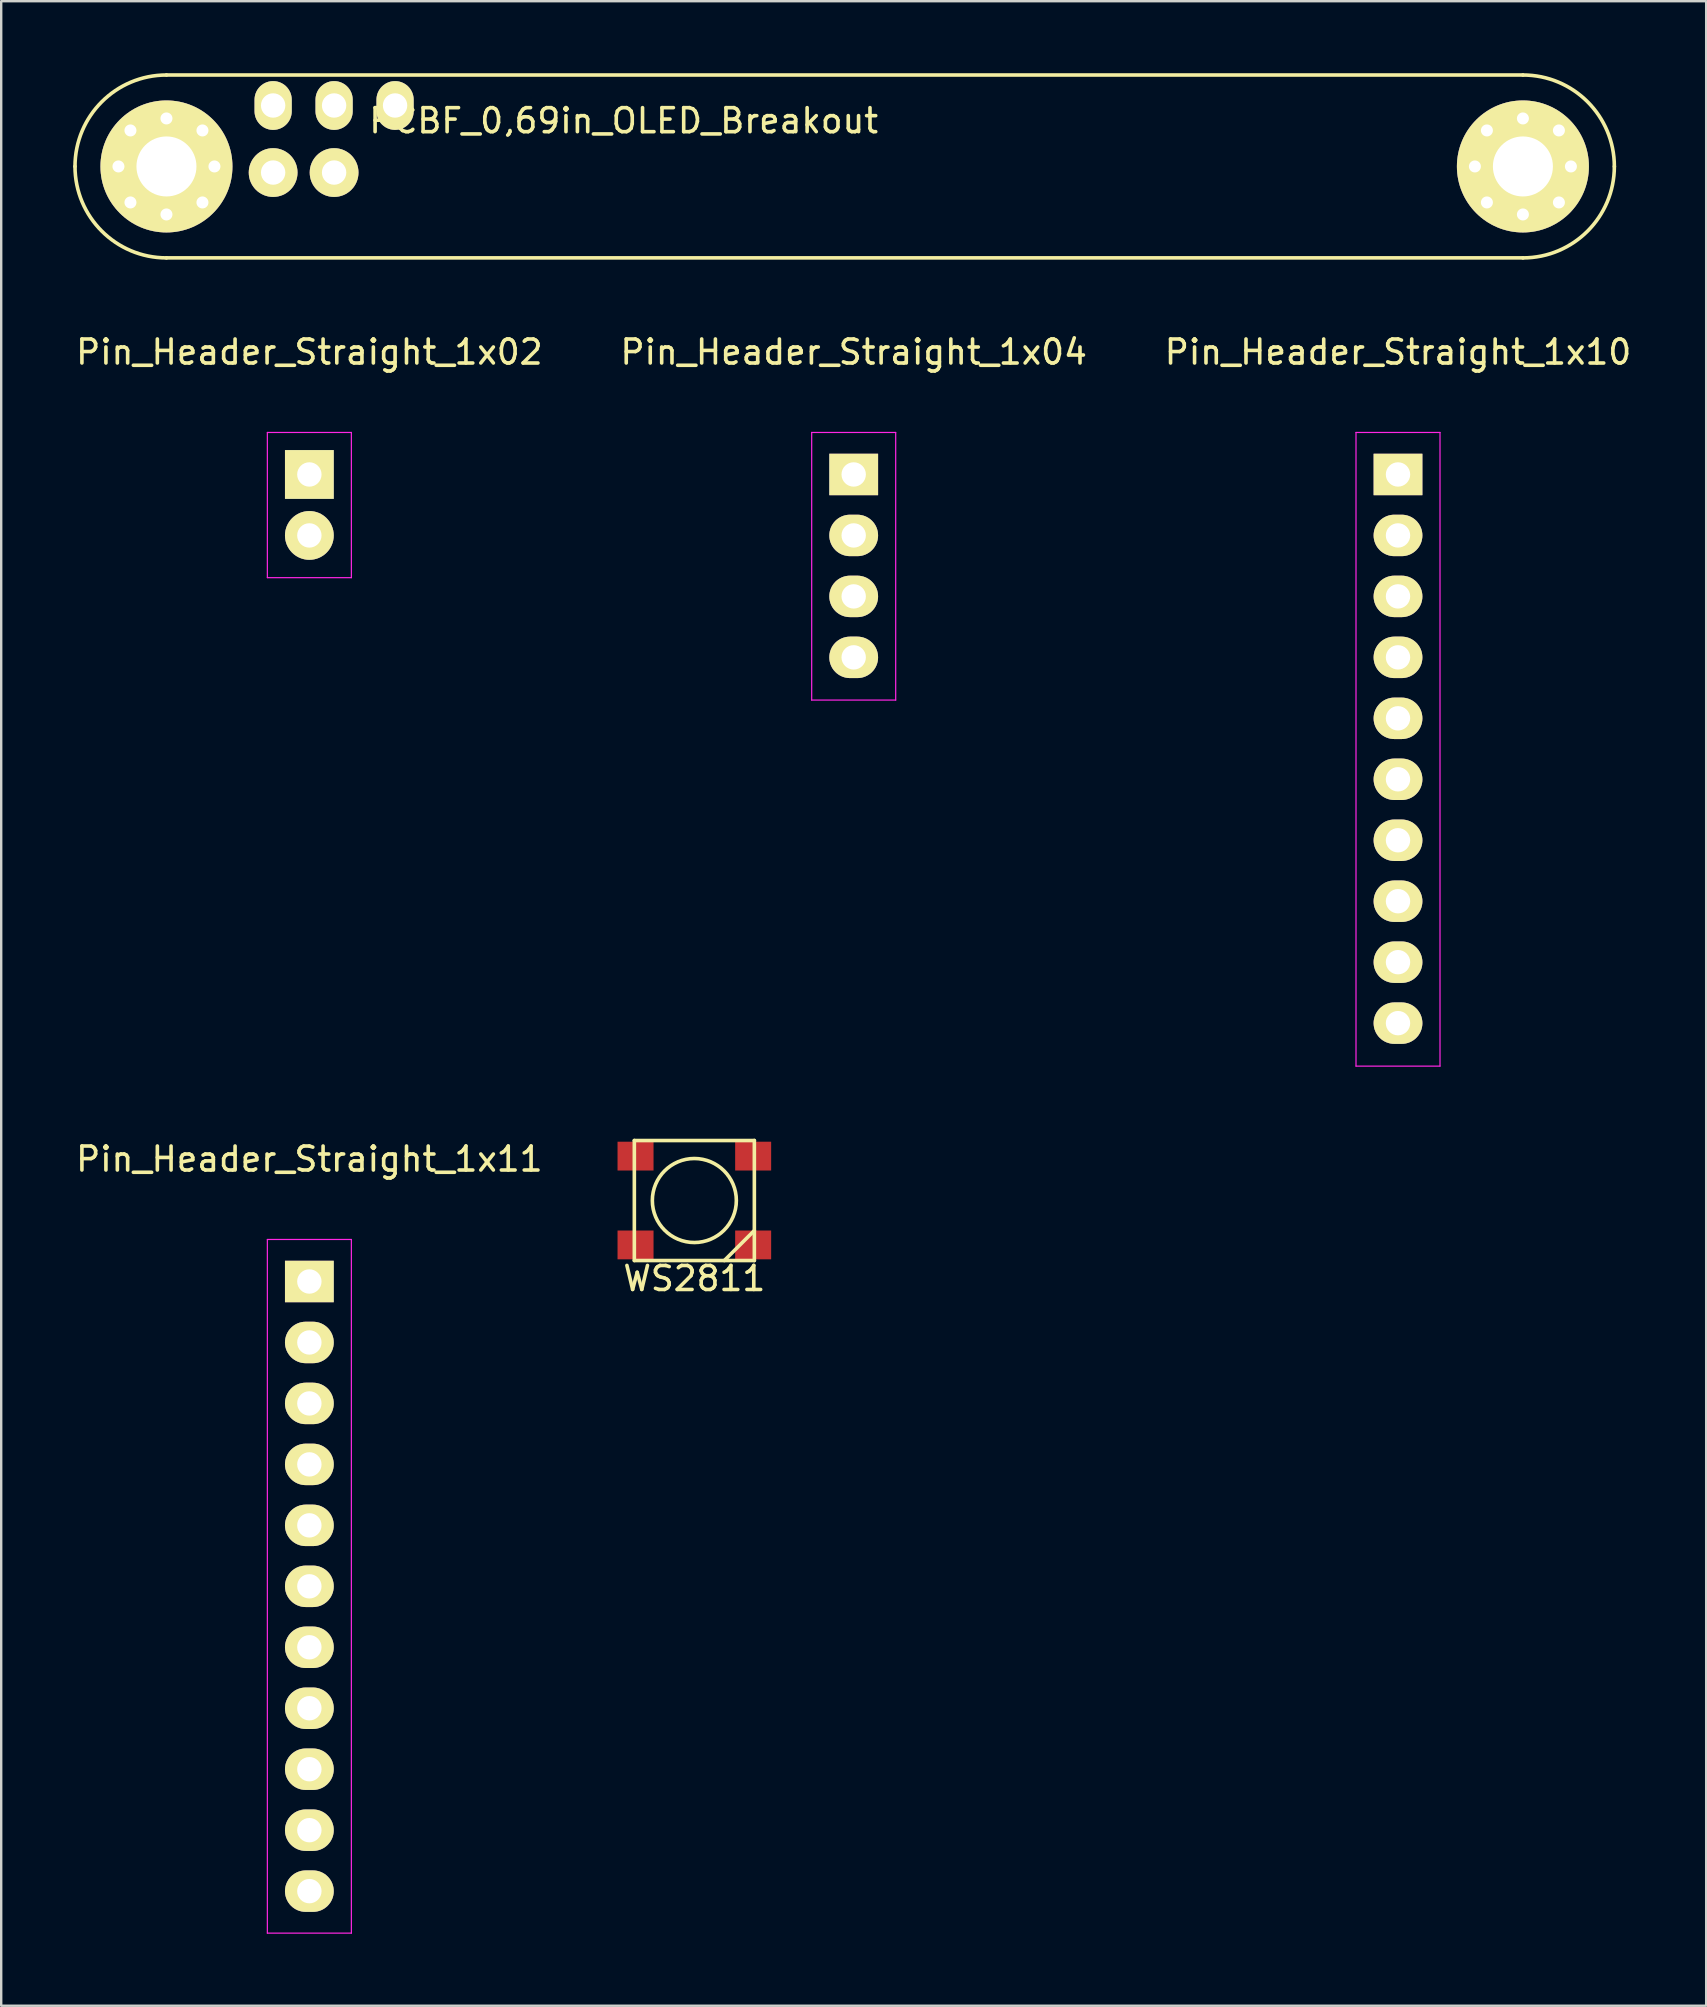
<source format=kicad_pcb>
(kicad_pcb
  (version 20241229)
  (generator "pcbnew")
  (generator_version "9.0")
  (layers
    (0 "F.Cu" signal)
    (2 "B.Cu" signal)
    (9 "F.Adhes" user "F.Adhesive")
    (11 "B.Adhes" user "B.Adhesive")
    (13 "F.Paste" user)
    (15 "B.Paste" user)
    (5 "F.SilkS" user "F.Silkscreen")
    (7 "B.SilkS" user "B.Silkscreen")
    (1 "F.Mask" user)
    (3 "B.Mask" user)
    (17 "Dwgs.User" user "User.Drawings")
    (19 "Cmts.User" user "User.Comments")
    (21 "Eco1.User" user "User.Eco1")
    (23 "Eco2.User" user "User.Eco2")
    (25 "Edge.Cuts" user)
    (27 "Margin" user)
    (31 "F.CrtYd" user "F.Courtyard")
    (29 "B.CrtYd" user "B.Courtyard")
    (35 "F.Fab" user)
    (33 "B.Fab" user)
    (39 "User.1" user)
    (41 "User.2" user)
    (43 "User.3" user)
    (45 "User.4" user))
  (footprint "PCBF_0,69in_OLED_Breakout"
    (layer "F.Cu")
    (at 3.885 3.885)
    (property "Reference" "PCBF_0,69in_OLED_Breakout" (at 19.05 -1.905 0) (layer "F.SilkS") (effects (font (size 1 1) (thickness 0.15))))
    (attr through_hole)
    (fp_line (start 0 3.81) (end 56.515 3.81) (stroke (width 0.15) (type solid)) (layer "F.SilkS"))
    (fp_line (start 56.515 -3.81) (end 0 -3.81) (stroke (width 0.15) (type solid)) (layer "F.SilkS"))
    (fp_arc (start -3.81 0) (mid -2.694077 -2.694077) (end 0 -3.81) (stroke (width 0.15) (type solid)) (layer "F.SilkS"))
    (fp_arc (start 0 3.81) (mid -2.694077 2.694077) (end -3.81 0) (stroke (width 0.15) (type solid)) (layer "F.SilkS"))
    (fp_arc (start 56.515 -3.81) (mid 59.209077 -2.694077) (end 60.325 0) (stroke (width 0.15) (type solid)) (layer "F.SilkS"))
    (fp_arc (start 60.325 0) (mid 59.209077 2.694077) (end 56.515 3.81) (stroke (width 0.15) (type solid)) (layer "F.SilkS"))
    (pad "1" thru_hole circle (at -2 0) (size 1 1) (drill 0.5) (layers "*.Cu" "*.Mask" "F.SilkS"))
    (pad "1" thru_hole circle (at -1.5 -1.5) (size 1 1) (drill 0.5) (layers "*.Cu" "*.Mask" "F.SilkS"))
    (pad "1" thru_hole circle (at -1.5 1.5) (size 1 1) (drill 0.5) (layers "*.Cu" "*.Mask" "F.SilkS"))
    (pad "1" thru_hole circle (at 0 -2) (size 1 1) (drill 0.5) (layers "*.Cu" "*.Mask" "F.SilkS"))
    (pad "1" thru_hole circle (at 0 0) (size 5.5 5.5) (drill 2.5) (layers "*.Cu" "*.Mask" "F.SilkS"))
    (pad "1" thru_hole circle (at 0 2) (size 1 1) (drill 0.5) (layers "*.Cu" "*.Mask" "F.SilkS"))
    (pad "1" thru_hole circle (at 1.5 -1.5) (size 1 1) (drill 0.5) (layers "*.Cu" "*.Mask" "F.SilkS"))
    (pad "1" thru_hole circle (at 1.5 1.5) (size 1 1) (drill 0.5) (layers "*.Cu" "*.Mask" "F.SilkS"))
    (pad "1" thru_hole circle (at 2 0) (size 1 1) (drill 0.5) (layers "*.Cu" "*.Mask" "F.SilkS"))
    (pad "1" thru_hole circle (at 54.515 0) (size 1 1) (drill 0.5) (layers "*.Cu" "*.Mask" "F.SilkS"))
    (pad "1" thru_hole circle (at 55.015 -1.5) (size 1 1) (drill 0.5) (layers "*.Cu" "*.Mask" "F.SilkS"))
    (pad "1" thru_hole circle (at 55.015 1.5) (size 1 1) (drill 0.5) (layers "*.Cu" "*.Mask" "F.SilkS"))
    (pad "1" thru_hole circle (at 56.515 -2) (size 1 1) (drill 0.5) (layers "*.Cu" "*.Mask" "F.SilkS"))
    (pad "1" thru_hole circle (at 56.515 0) (size 5.5 5.5) (drill 2.5) (layers "*.Cu" "*.Mask" "F.SilkS"))
    (pad "1" thru_hole circle (at 56.515 2) (size 1 1) (drill 0.5) (layers "*.Cu" "*.Mask" "F.SilkS"))
    (pad "1" thru_hole circle (at 58.015 -1.5) (size 1 1) (drill 0.5) (layers "*.Cu" "*.Mask" "F.SilkS"))
    (pad "1" thru_hole circle (at 58.015 1.5) (size 1 1) (drill 0.5) (layers "*.Cu" "*.Mask" "F.SilkS"))
    (pad "1" thru_hole circle (at 58.515 0) (size 1 1) (drill 0.5) (layers "*.Cu" "*.Mask" "F.SilkS"))
    (pad "2" thru_hole oval (at 4.445 -2.54) (size 1.55 2.032) (drill 1.016) (layers "*.Cu" "*.Mask" "F.SilkS"))
    (pad "3" thru_hole oval (at 6.985 -2.54) (size 1.55 2.032) (drill 1.016) (layers "*.Cu" "*.Mask" "F.SilkS"))
    (pad "4" thru_hole oval (at 9.525 -2.54) (size 1.55 2.032) (drill 1.016) (layers "*.Cu" "*.Mask" "F.SilkS"))
    (pad "5" thru_hole oval (at 4.445 0.254) (size 2.032 2.032) (drill 1.016) (layers "*.Cu" "*.Mask" "F.SilkS"))
    (pad "6" thru_hole oval (at 6.985 0.254) (size 2.032 2.032) (drill 1.016) (layers "*.Cu" "*.Mask" "F.SilkS")))
  (footprint "Pin_Header_Straight_1x04"
    (layer "F.Cu")
    (at 32.518 16.718)
    (property "Reference" "Pin_Header_Straight_1x04" (at 0 -5.1 0) (layer "F.SilkS") (effects (font (size 1 1) (thickness 0.15))))
    (attr through_hole)
    (fp_line (start -1.75 -1.75) (end -1.75 9.4) (stroke (width 0.05) (type solid)) (layer "F.CrtYd"))
    (fp_line (start -1.75 -1.75) (end 1.75 -1.75) (stroke (width 0.05) (type solid)) (layer "F.CrtYd"))
    (fp_line (start -1.75 9.4) (end 1.75 9.4) (stroke (width 0.05) (type solid)) (layer "F.CrtYd"))
    (fp_line (start 1.75 -1.75) (end 1.75 9.4) (stroke (width 0.05) (type solid)) (layer "F.CrtYd"))
    (pad "1" thru_hole rect (at 0 0) (size 2.032 1.727) (drill 1.016) (layers "*.Cu" "*.Mask" "F.SilkS"))
    (pad "2" thru_hole oval (at 0 2.54) (size 2.032 1.727) (drill 1.016) (layers "*.Cu" "*.Mask" "F.SilkS"))
    (pad "3" thru_hole oval (at 0 5.08) (size 2.032 1.727) (drill 1.016) (layers "*.Cu" "*.Mask" "F.SilkS"))
    (pad "4" thru_hole oval (at 0 7.62) (size 2.032 1.727) (drill 1.016) (layers "*.Cu" "*.Mask" "F.SilkS")))
  (footprint "Pin_Header_Straight_1x11"
    (layer "F.Cu")
    (at 9.839 50.342)
    (property "Reference" "Pin_Header_Straight_1x11" (at 0 -5.1 0) (layer "F.SilkS") (effects (font (size 1 1) (thickness 0.15))))
    (attr through_hole)
    (fp_line (start -1.75 -1.75) (end -1.75 27.15) (stroke (width 0.05) (type solid)) (layer "F.CrtYd"))
    (fp_line (start -1.75 -1.75) (end 1.75 -1.75) (stroke (width 0.05) (type solid)) (layer "F.CrtYd"))
    (fp_line (start -1.75 27.15) (end 1.75 27.15) (stroke (width 0.05) (type solid)) (layer "F.CrtYd"))
    (fp_line (start 1.75 -1.75) (end 1.75 27.15) (stroke (width 0.05) (type solid)) (layer "F.CrtYd"))
    (pad "1" thru_hole rect (at 0 0) (size 2.032 1.727) (drill 1.016) (layers "*.Cu" "*.Mask" "F.SilkS"))
    (pad "2" thru_hole oval (at 0 2.54) (size 2.032 1.727) (drill 1.016) (layers "*.Cu" "*.Mask" "F.SilkS"))
    (pad "3" thru_hole oval (at 0 5.08) (size 2.032 1.727) (drill 1.016) (layers "*.Cu" "*.Mask" "F.SilkS"))
    (pad "4" thru_hole oval (at 0 7.62) (size 2.032 1.727) (drill 1.016) (layers "*.Cu" "*.Mask" "F.SilkS"))
    (pad "5" thru_hole oval (at 0 10.16) (size 2.032 1.727) (drill 1.016) (layers "*.Cu" "*.Mask" "F.SilkS"))
    (pad "6" thru_hole oval (at 0 12.7) (size 2.032 1.727) (drill 1.016) (layers "*.Cu" "*.Mask" "F.SilkS"))
    (pad "7" thru_hole oval (at 0 15.24) (size 2.032 1.727) (drill 1.016) (layers "*.Cu" "*.Mask" "F.SilkS"))
    (pad "8" thru_hole oval (at 0 17.78) (size 2.032 1.727) (drill 1.016) (layers "*.Cu" "*.Mask" "F.SilkS"))
    (pad "9" thru_hole oval (at 0 20.32) (size 2.032 1.727) (drill 1.016) (layers "*.Cu" "*.Mask" "F.SilkS"))
    (pad "10" thru_hole oval (at 0 22.86) (size 2.032 1.727) (drill 1.016) (layers "*.Cu" "*.Mask" "F.SilkS"))
    (pad "11" thru_hole oval (at 0 25.4) (size 2.032 1.727) (drill 1.016) (layers "*.Cu" "*.Mask" "F.SilkS")))
  (footprint "WS2811"
    (layer "F.Cu")
    (at 25.879 46.968)
    (property "Reference" "WS2811" (at 0 3.25 0) (layer "F.SilkS") (effects (font (size 1 1) (thickness 0.15))))
    (attr through_hole)
    (fp_line (start -2.5 -2.5) (end -2.5 2.5) (stroke (width 0.15) (type solid)) (layer "F.SilkS"))
    (fp_line (start -2.5 2.5) (end 2.5 2.5) (stroke (width 0.15) (type solid)) (layer "F.SilkS"))
    (fp_line (start 2.5 -2.5) (end -2.5 -2.5) (stroke (width 0.15) (type solid)) (layer "F.SilkS"))
    (fp_line (start 2.5 1.25) (end 1.25 2.5) (stroke (width 0.15) (type solid)) (layer "F.SilkS"))
    (fp_line (start 2.5 2.5) (end 2.5 -2.5) (stroke (width 0.15) (type solid)) (layer "F.SilkS"))
    (fp_circle (center 0 0) (end 0 -1.75) (stroke (width 0.15) (type solid)) (fill no) (layer "F.SilkS"))
    (pad "1" smd rect (at -2.45 -1.85) (size 1.5 1.2) (layers "F.Cu" "F.Mask" "F.Paste"))
    (pad "2" smd rect (at -2.45 1.85) (size 1.5 1.2) (layers "F.Cu" "F.Mask" "F.Paste"))
    (pad "3" smd rect (at 2.45 1.85) (size 1.5 1.2) (layers "F.Cu" "F.Mask" "F.Paste"))
    (pad "4" smd rect (at 2.45 -1.85) (size 1.5 1.2) (layers "F.Cu" "F.Mask" "F.Paste")))
  (footprint "Pin_Header_Straight_1x10"
    (layer "F.Cu")
    (at 55.196 16.718)
    (property "Reference" "Pin_Header_Straight_1x10" (at 0 -5.1 0) (layer "F.SilkS") (effects (font (size 1 1) (thickness 0.15))))
    (attr through_hole)
    (fp_line (start -1.75 -1.75) (end -1.75 24.65) (stroke (width 0.05) (type solid)) (layer "F.CrtYd"))
    (fp_line (start -1.75 -1.75) (end 1.75 -1.75) (stroke (width 0.05) (type solid)) (layer "F.CrtYd"))
    (fp_line (start -1.75 24.65) (end 1.75 24.65) (stroke (width 0.05) (type solid)) (layer "F.CrtYd"))
    (fp_line (start 1.75 -1.75) (end 1.75 24.65) (stroke (width 0.05) (type solid)) (layer "F.CrtYd"))
    (pad "1" thru_hole rect (at 0 0) (size 2.032 1.727) (drill 1.016) (layers "*.Cu" "*.Mask" "F.SilkS"))
    (pad "2" thru_hole oval (at 0 2.54) (size 2.032 1.727) (drill 1.016) (layers "*.Cu" "*.Mask" "F.SilkS"))
    (pad "3" thru_hole oval (at 0 5.08) (size 2.032 1.727) (drill 1.016) (layers "*.Cu" "*.Mask" "F.SilkS"))
    (pad "4" thru_hole oval (at 0 7.62) (size 2.032 1.727) (drill 1.016) (layers "*.Cu" "*.Mask" "F.SilkS"))
    (pad "5" thru_hole oval (at 0 10.16) (size 2.032 1.727) (drill 1.016) (layers "*.Cu" "*.Mask" "F.SilkS"))
    (pad "6" thru_hole oval (at 0 12.7) (size 2.032 1.727) (drill 1.016) (layers "*.Cu" "*.Mask" "F.SilkS"))
    (pad "7" thru_hole oval (at 0 15.24) (size 2.032 1.727) (drill 1.016) (layers "*.Cu" "*.Mask" "F.SilkS"))
    (pad "8" thru_hole oval (at 0 17.78) (size 2.032 1.727) (drill 1.016) (layers "*.Cu" "*.Mask" "F.SilkS"))
    (pad "9" thru_hole oval (at 0 20.32) (size 2.032 1.727) (drill 1.016) (layers "*.Cu" "*.Mask" "F.SilkS"))
    (pad "10" thru_hole oval (at 0 22.86) (size 2.032 1.727) (drill 1.016) (layers "*.Cu" "*.Mask" "F.SilkS")))
  (footprint "Pin_Header_Straight_1x02"
    (layer "F.Cu")
    (at 9.839 16.718)
    (property "Reference" "Pin_Header_Straight_1x02" (at 0 -5.1 0) (layer "F.SilkS") (effects (font (size 1 1) (thickness 0.15))))
    (attr through_hole)
    (fp_line (start -1.75 -1.75) (end -1.75 4.3) (stroke (width 0.05) (type solid)) (layer "F.CrtYd"))
    (fp_line (start -1.75 -1.75) (end 1.75 -1.75) (stroke (width 0.05) (type solid)) (layer "F.CrtYd"))
    (fp_line (start -1.75 4.3) (end 1.75 4.3) (stroke (width 0.05) (type solid)) (layer "F.CrtYd"))
    (fp_line (start 1.75 -1.75) (end 1.75 4.3) (stroke (width 0.05) (type solid)) (layer "F.CrtYd"))
    (pad "1" thru_hole rect (at 0 0) (size 2.032 2.032) (drill 1.016) (layers "*.Cu" "*.Mask" "F.SilkS"))
    (pad "2" thru_hole oval (at 0 2.54) (size 2.032 2.032) (drill 1.016) (layers "*.Cu" "*.Mask" "F.SilkS")))
  (gr_rect
    (start -3 -3)
    (end 68.036 80.516)
    (stroke (width 0.1) (type default))
    (fill no)
    (layer "Edge.Cuts")))
</source>
